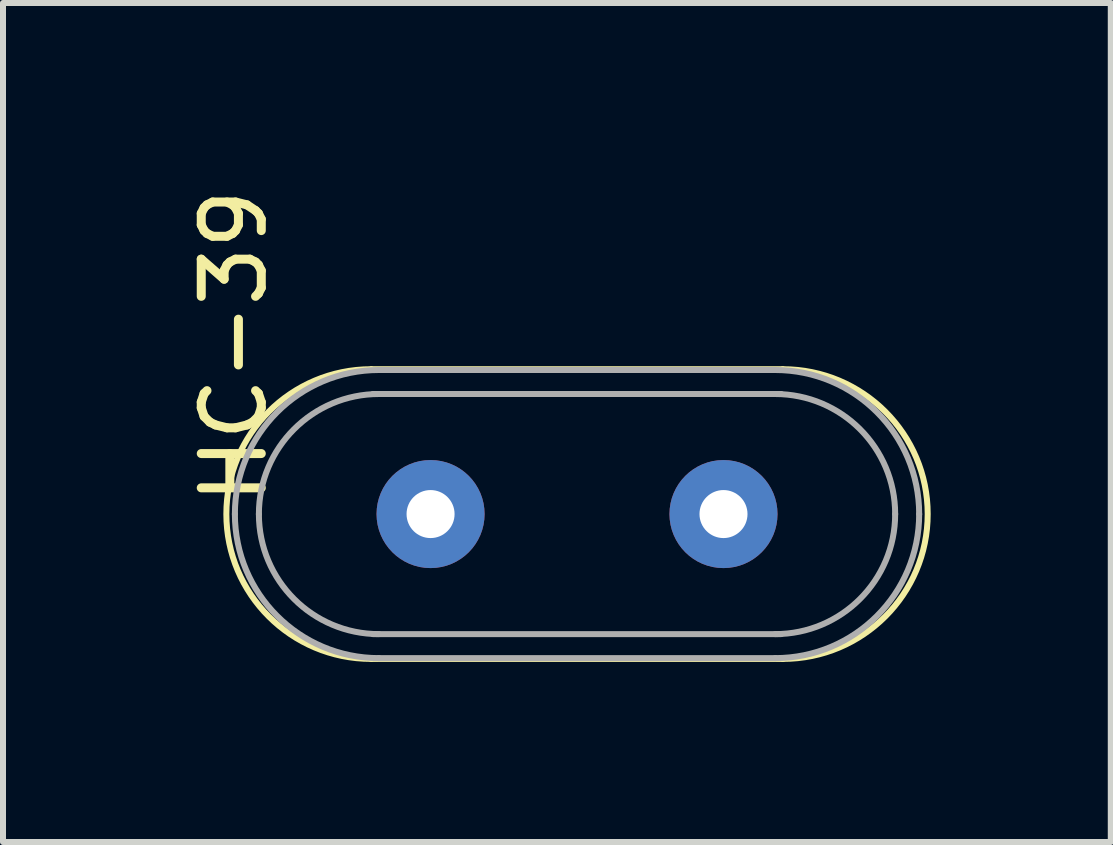
<source format=kicad_pcb>
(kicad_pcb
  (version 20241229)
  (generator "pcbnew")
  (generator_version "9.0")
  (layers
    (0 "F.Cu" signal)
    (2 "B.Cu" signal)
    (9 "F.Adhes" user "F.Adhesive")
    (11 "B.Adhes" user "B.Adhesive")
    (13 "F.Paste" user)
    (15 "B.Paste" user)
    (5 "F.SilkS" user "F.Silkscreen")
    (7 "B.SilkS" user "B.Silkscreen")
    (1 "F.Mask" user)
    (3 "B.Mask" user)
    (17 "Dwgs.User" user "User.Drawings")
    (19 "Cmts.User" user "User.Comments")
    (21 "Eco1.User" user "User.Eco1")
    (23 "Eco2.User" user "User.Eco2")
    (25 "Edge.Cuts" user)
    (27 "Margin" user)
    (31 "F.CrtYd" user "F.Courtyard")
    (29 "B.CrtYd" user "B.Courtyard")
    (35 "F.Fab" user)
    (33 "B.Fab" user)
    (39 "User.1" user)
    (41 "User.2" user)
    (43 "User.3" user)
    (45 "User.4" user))
  (footprint "HC-39"
    (layer "F.Cu")
    (at 6.563 5.514)
    (property "Reference" "HC-39" (at -5.715 -2.794 90) (layer "F.SilkS") (effects (font (size 1 1) (thickness 0.15))))
    (attr through_hole)
    (fp_line (start 3.429 -2.413) (end -3.429 -2.413) (stroke (width 0.1) (type solid)) (layer "F.SilkS"))
    (fp_line (start 3.429 2.413) (end -3.429 2.413) (stroke (width 0.1) (type solid)) (layer "F.SilkS"))
    (fp_arc (start -3.429 2.413) (mid -5.842 0) (end -3.429 -2.413) (stroke (width 0.1) (type solid)) (layer "F.SilkS"))
    (fp_arc (start 3.429 -2.413) (mid 5.842 0) (end 3.429 2.413) (stroke (width 0.1) (type solid)) (layer "F.SilkS"))
    (fp_line (start -3.3 2.4) (end 3.3 2.4) (stroke (width 0.1) (type solid)) (layer "F.Fab"))
    (fp_line (start 3.3 -2.4) (end -3.3 -2.4) (stroke (width 0.1) (type solid)) (layer "F.Fab"))
    (fp_line (start 3.4 -2) (end -3.4 -2) (stroke (width 0.1) (type solid)) (layer "F.Fab"))
    (fp_line (start 3.4 2) (end -3.4 2) (stroke (width 0.1) (type solid)) (layer "F.Fab"))
    (fp_arc (start -5.7 0) (mid -4.997056 -1.697056) (end -3.3 -2.4) (stroke (width 0.1) (type solid)) (layer "F.Fab"))
    (fp_arc (start -5.3 0) (mid -4.714214 -1.414214) (end -3.3 -2) (stroke (width 0.1) (type solid)) (layer "F.Fab"))
    (fp_arc (start -3.3 2) (mid -4.714214 1.414214) (end -5.3 0) (stroke (width 0.1) (type solid)) (layer "F.Fab"))
    (fp_arc (start -3.3 2.4) (mid -4.997056 1.697056) (end -5.7 0) (stroke (width 0.1) (type solid)) (layer "F.Fab"))
    (fp_arc (start 3.3 -2.4) (mid 4.997056 -1.697056) (end 5.7 0) (stroke (width 0.1) (type solid)) (layer "F.Fab"))
    (fp_arc (start 3.3 -2) (mid 4.714214 -1.414214) (end 5.3 0) (stroke (width 0.1) (type solid)) (layer "F.Fab"))
    (fp_arc (start 5.3 0) (mid 4.714214 1.414214) (end 3.3 2) (stroke (width 0.1) (type solid)) (layer "F.Fab"))
    (fp_arc (start 5.7 0) (mid 4.997056 1.697056) (end 3.3 2.4) (stroke (width 0.1) (type solid)) (layer "F.Fab"))
    (pad "1" thru_hole circle (at -2.44 0) (size 1.8 1.8) (drill 0.8) (layers "*.Cu" "*.Mask"))
    (pad "2" thru_hole circle (at 2.44 0) (size 1.8 1.8) (drill 0.8) (layers "*.Cu" "*.Mask")))
  (gr_rect
    (start -3 -3)
    (end 15.455 10.977)
    (stroke (width 0.1) (type default))
    (fill no)
    (layer "Edge.Cuts")))
</source>
